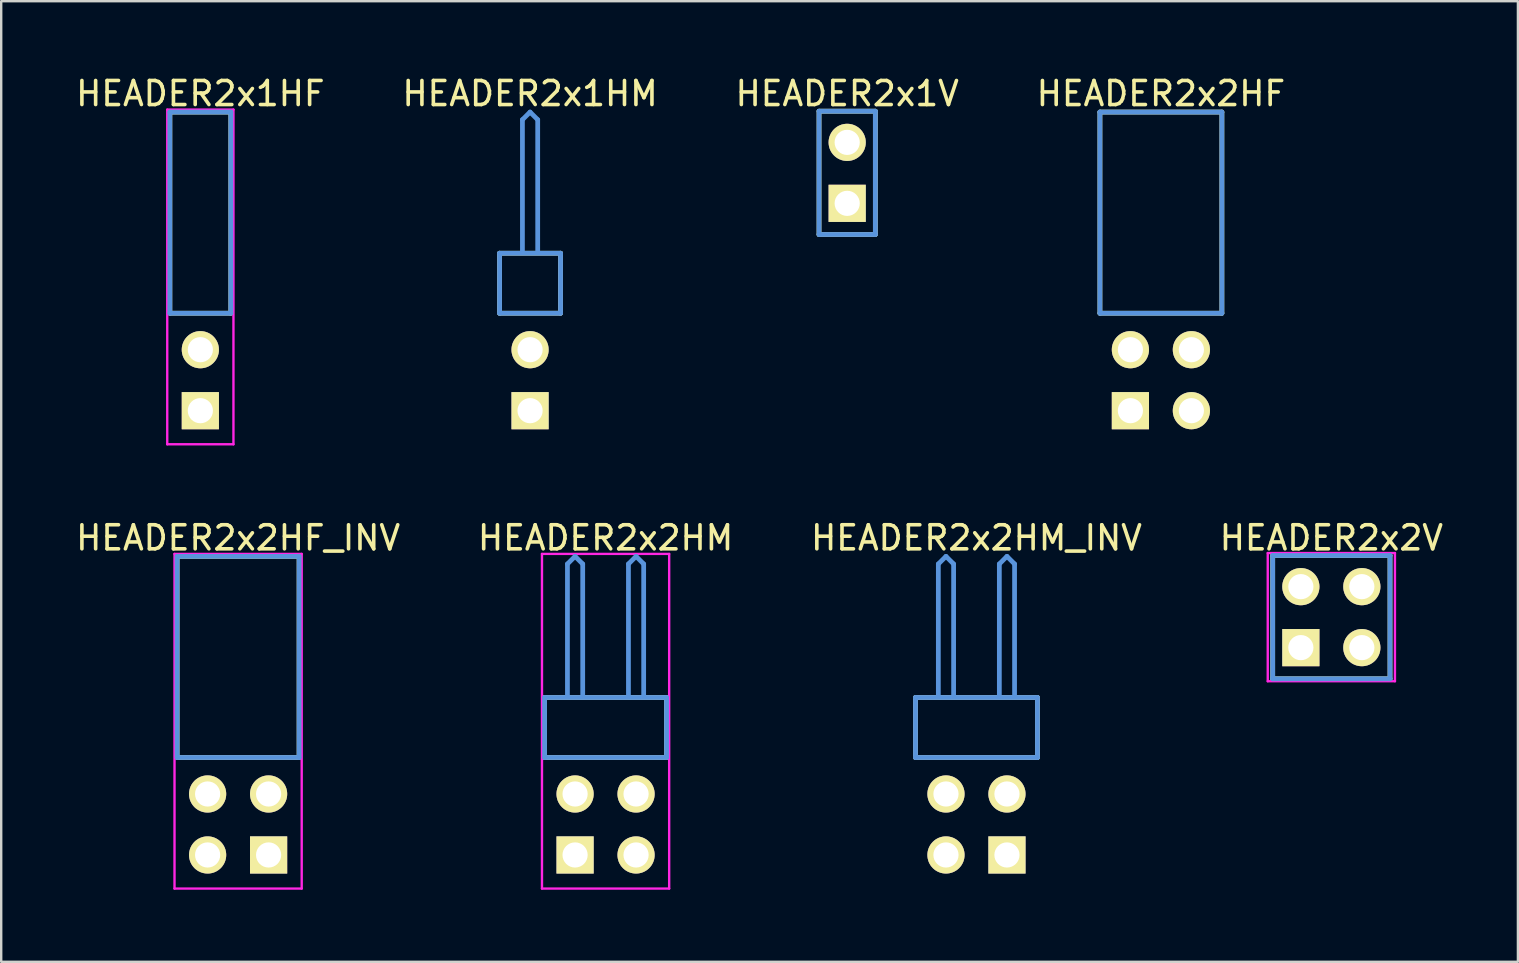
<source format=kicad_pcb>
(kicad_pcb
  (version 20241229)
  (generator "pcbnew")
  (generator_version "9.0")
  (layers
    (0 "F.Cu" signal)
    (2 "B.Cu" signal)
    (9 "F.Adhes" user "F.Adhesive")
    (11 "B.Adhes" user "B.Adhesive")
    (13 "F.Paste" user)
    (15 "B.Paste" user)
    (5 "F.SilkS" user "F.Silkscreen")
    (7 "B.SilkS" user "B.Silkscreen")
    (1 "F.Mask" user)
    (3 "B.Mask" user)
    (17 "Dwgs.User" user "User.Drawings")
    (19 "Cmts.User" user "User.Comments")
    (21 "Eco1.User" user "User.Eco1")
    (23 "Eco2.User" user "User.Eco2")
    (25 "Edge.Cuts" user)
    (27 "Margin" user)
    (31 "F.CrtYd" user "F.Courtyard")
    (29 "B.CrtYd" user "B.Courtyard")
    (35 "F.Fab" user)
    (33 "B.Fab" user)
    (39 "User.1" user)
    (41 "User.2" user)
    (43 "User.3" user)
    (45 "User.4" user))
  (footprint "HEADER2x2HF"
    (layer "F.Cu")
    (at 44.035 14.056)
    (property "Reference" "HEADER2x2HF" (at 1.27 -13.208 0) (layer "F.SilkS") (effects (font (size 1.001 1.001) (thickness 0.15))))
    (attr through_hole)
    (fp_line (start -1.27 -12.438) (end -1.27 -4.059) (stroke (width 0.198) (type solid)) (layer "F.SilkS"))
    (fp_line (start -1.27 -4.059) (end 3.81 -4.059) (stroke (width 0.198) (type solid)) (layer "F.SilkS"))
    (fp_line (start 3.81 -12.438) (end -1.27 -12.438) (stroke (width 0.198) (type solid)) (layer "F.SilkS"))
    (fp_line (start 3.81 -4.059) (end 3.81 -12.438) (stroke (width 0.198) (type solid)) (layer "F.SilkS"))
    (fp_line (start -1.27 -12.438) (end -1.27 -4.059) (stroke (width 0.198) (type solid)) (layer "Cmts.User"))
    (fp_line (start -1.27 -4.059) (end 3.81 -4.059) (stroke (width 0.198) (type solid)) (layer "Cmts.User"))
    (fp_line (start 3.81 -12.438) (end -1.27 -12.438) (stroke (width 0.198) (type solid)) (layer "Cmts.User"))
    (fp_line (start 3.81 -4.059) (end 3.81 -12.438) (stroke (width 0.198) (type solid)) (layer "Cmts.User"))
    (fp_line (start -1.379 -12.54) (end 3.919 -12.54) (stroke (width 0.099) (type solid)) (layer "Eco1.User"))
    (fp_line (start -1.379 1.4) (end -1.379 -12.54) (stroke (width 0.099) (type solid)) (layer "Eco1.User"))
    (fp_line (start 3.919 -12.54) (end 3.919 1.4) (stroke (width 0.099) (type solid)) (layer "Eco1.User"))
    (fp_line (start 3.919 1.4) (end -1.379 1.4) (stroke (width 0.099) (type solid)) (layer "Eco1.User"))
    (pad "1" thru_hole rect (at 0 0) (size 1.549 1.549) (drill 1.049) (layers "*.Cu" "*.Mask" "F.SilkS"))
    (pad "2" thru_hole circle (at 0 -2.54) (size 1.549 1.549) (drill 1.049) (layers "*.Cu" "*.Mask" "F.SilkS"))
    (pad "3" thru_hole circle (at 2.54 0) (size 1.549 1.549) (drill 1.049) (layers "*.Cu" "*.Mask" "F.SilkS"))
    (pad "4" thru_hole circle (at 2.54 -2.54) (size 1.549 1.549) (drill 1.049) (layers "*.Cu" "*.Mask" "F.SilkS")))
  (footprint "HEADER2x2HF_INV"
    (layer "F.Cu")
    (at 5.598 32.562)
    (property "Reference" "HEADER2x2HF_INV" (at 1.27 -13.208 0) (layer "F.SilkS") (effects (font (size 1.001 1.001) (thickness 0.15))))
    (attr through_hole)
    (fp_line (start -1.27 -12.438) (end -1.27 -4.059) (stroke (width 0.198) (type solid)) (layer "F.SilkS"))
    (fp_line (start -1.27 -4.059) (end 3.81 -4.059) (stroke (width 0.198) (type solid)) (layer "F.SilkS"))
    (fp_line (start 3.81 -12.438) (end -1.27 -12.438) (stroke (width 0.198) (type solid)) (layer "F.SilkS"))
    (fp_line (start 3.81 -4.059) (end 3.81 -12.438) (stroke (width 0.198) (type solid)) (layer "F.SilkS"))
    (fp_line (start -1.27 -12.438) (end -1.27 -4.059) (stroke (width 0.198) (type solid)) (layer "Cmts.User"))
    (fp_line (start -1.27 -4.059) (end 3.81 -4.059) (stroke (width 0.198) (type solid)) (layer "Cmts.User"))
    (fp_line (start 3.81 -12.438) (end -1.27 -12.438) (stroke (width 0.198) (type solid)) (layer "Cmts.User"))
    (fp_line (start 3.81 -4.059) (end 3.81 -12.438) (stroke (width 0.198) (type solid)) (layer "Cmts.User"))
    (fp_line (start -1.379 -12.54) (end 3.919 -12.54) (stroke (width 0.099) (type solid)) (layer "F.CrtYd"))
    (fp_line (start -1.379 1.4) (end -1.379 -12.54) (stroke (width 0.099) (type solid)) (layer "F.CrtYd"))
    (fp_line (start 3.919 -12.54) (end 3.919 1.4) (stroke (width 0.099) (type solid)) (layer "F.CrtYd"))
    (fp_line (start 3.919 1.4) (end -1.379 1.4) (stroke (width 0.099) (type solid)) (layer "F.CrtYd"))
    (pad "1" thru_hole rect (at 2.54 0) (size 1.549 1.549) (drill 1.049) (layers "*.Cu" "*.Mask" "F.SilkS"))
    (pad "2" thru_hole circle (at 2.54 -2.54) (size 1.549 1.549) (drill 1.049) (layers "*.Cu" "*.Mask" "F.SilkS"))
    (pad "3" thru_hole circle (at 0 0) (size 1.549 1.549) (drill 1.049) (layers "*.Cu" "*.Mask" "F.SilkS"))
    (pad "4" thru_hole circle (at 0 -2.54) (size 1.549 1.549) (drill 1.049) (layers "*.Cu" "*.Mask" "F.SilkS")))
  (footprint "HEADER2x1HF"
    (layer "F.Cu")
    (at 5.295 14.056)
    (property "Reference" "HEADER2x1HF" (at 0 -13.208 0) (layer "F.SilkS") (effects (font (size 1.001 1.001) (thickness 0.15))))
    (attr through_hole)
    (fp_line (start -1.27 -12.438) (end -1.27 -4.059) (stroke (width 0.198) (type solid)) (layer "F.SilkS"))
    (fp_line (start -1.27 -4.059) (end 1.27 -4.059) (stroke (width 0.198) (type solid)) (layer "F.SilkS"))
    (fp_line (start 1.27 -12.438) (end -1.27 -12.438) (stroke (width 0.198) (type solid)) (layer "F.SilkS"))
    (fp_line (start 1.27 -4.059) (end 1.27 -12.438) (stroke (width 0.198) (type solid)) (layer "F.SilkS"))
    (fp_line (start -1.27 -12.438) (end -1.27 -4.059) (stroke (width 0.198) (type solid)) (layer "Cmts.User"))
    (fp_line (start -1.27 -4.059) (end 1.27 -4.059) (stroke (width 0.198) (type solid)) (layer "Cmts.User"))
    (fp_line (start 1.27 -12.438) (end -1.27 -12.438) (stroke (width 0.198) (type solid)) (layer "Cmts.User"))
    (fp_line (start 1.27 -4.059) (end 1.27 -12.438) (stroke (width 0.198) (type solid)) (layer "Cmts.User"))
    (fp_line (start -1.379 -12.54) (end 1.379 -12.54) (stroke (width 0.099) (type solid)) (layer "F.CrtYd"))
    (fp_line (start -1.379 1.4) (end -1.379 -12.54) (stroke (width 0.099) (type solid)) (layer "F.CrtYd"))
    (fp_line (start 1.379 -12.54) (end 1.379 1.4) (stroke (width 0.099) (type solid)) (layer "F.CrtYd"))
    (fp_line (start 1.379 1.4) (end -1.379 1.4) (stroke (width 0.099) (type solid)) (layer "F.CrtYd"))
    (pad "1" thru_hole rect (at 0 0) (size 1.549 1.549) (drill 1.049) (layers "*.Cu" "*.Mask" "F.SilkS"))
    (pad "2" thru_hole circle (at 0 -2.54) (size 1.549 1.549) (drill 1.049) (layers "*.Cu" "*.Mask" "F.SilkS")))
  (footprint "HEADER2x2HM_INV"
    (layer "F.Cu")
    (at 36.353 32.562)
    (property "Reference" "HEADER2x2HM_INV" (at 1.27 -13.208 0) (layer "F.SilkS") (effects (font (size 1.001 1.001) (thickness 0.15))))
    (attr through_hole)
    (fp_line (start -1.27 -6.558) (end -1.27 -4.059) (stroke (width 0.198) (type solid)) (layer "F.SilkS"))
    (fp_line (start -1.27 -4.059) (end 3.81 -4.059) (stroke (width 0.198) (type solid)) (layer "F.SilkS"))
    (fp_line (start 3.81 -6.558) (end -1.27 -6.558) (stroke (width 0.198) (type solid)) (layer "F.SilkS"))
    (fp_line (start 3.81 -4.059) (end 3.81 -6.558) (stroke (width 0.198) (type solid)) (layer "F.SilkS"))
    (fp_line (start -1.27 -6.558) (end -1.27 -4.059) (stroke (width 0.198) (type solid)) (layer "Cmts.User"))
    (fp_line (start -1.27 -4.059) (end 3.81 -4.059) (stroke (width 0.198) (type solid)) (layer "Cmts.User"))
    (fp_line (start -0.318 -12.121) (end 0 -12.438) (stroke (width 0.198) (type solid)) (layer "Cmts.User"))
    (fp_line (start -0.318 -6.599) (end -0.318 -12.121) (stroke (width 0.198) (type solid)) (layer "Cmts.User"))
    (fp_line (start 0.318 -12.121) (end 0 -12.438) (stroke (width 0.198) (type solid)) (layer "Cmts.User"))
    (fp_line (start 0.318 -6.599) (end 0.318 -12.121) (stroke (width 0.198) (type solid)) (layer "Cmts.User"))
    (fp_line (start 2.223 -12.121) (end 2.54 -12.438) (stroke (width 0.198) (type solid)) (layer "Cmts.User"))
    (fp_line (start 2.223 -6.599) (end 2.223 -12.121) (stroke (width 0.198) (type solid)) (layer "Cmts.User"))
    (fp_line (start 2.857 -12.121) (end 2.54 -12.438) (stroke (width 0.198) (type solid)) (layer "Cmts.User"))
    (fp_line (start 2.857 -6.599) (end 2.857 -12.121) (stroke (width 0.198) (type solid)) (layer "Cmts.User"))
    (fp_line (start 3.81 -6.558) (end -1.27 -6.558) (stroke (width 0.198) (type solid)) (layer "Cmts.User"))
    (fp_line (start 3.81 -4.059) (end 3.81 -6.558) (stroke (width 0.198) (type solid)) (layer "Cmts.User"))
    (fp_line (start -1.379 -12.54) (end 3.919 -12.54) (stroke (width 0.099) (type solid)) (layer "Eco1.User"))
    (fp_line (start -1.379 1.4) (end -1.379 -12.54) (stroke (width 0.099) (type solid)) (layer "Eco1.User"))
    (fp_line (start 3.919 -12.54) (end 3.919 1.4) (stroke (width 0.099) (type solid)) (layer "Eco1.User"))
    (fp_line (start 3.919 1.4) (end -1.379 1.4) (stroke (width 0.099) (type solid)) (layer "Eco1.User"))
    (pad "1" thru_hole rect (at 2.54 0) (size 1.549 1.549) (drill 1.049) (layers "*.Cu" "*.Mask" "F.SilkS"))
    (pad "2" thru_hole circle (at 2.54 -2.54) (size 1.549 1.549) (drill 1.049) (layers "*.Cu" "*.Mask" "F.SilkS"))
    (pad "3" thru_hole circle (at 0 0) (size 1.549 1.549) (drill 1.049) (layers "*.Cu" "*.Mask" "F.SilkS"))
    (pad "4" thru_hole circle (at 0 -2.54) (size 1.549 1.549) (drill 1.049) (layers "*.Cu" "*.Mask" "F.SilkS")))
  (footprint "HEADER2x2HM"
    (layer "F.Cu")
    (at 20.904 32.562)
    (property "Reference" "HEADER2x2HM" (at 1.27 -13.208 0) (layer "F.SilkS") (effects (font (size 1.001 1.001) (thickness 0.15))))
    (attr through_hole)
    (fp_line (start -1.27 -6.558) (end -1.27 -4.059) (stroke (width 0.198) (type solid)) (layer "F.SilkS"))
    (fp_line (start -1.27 -4.059) (end 3.81 -4.059) (stroke (width 0.198) (type solid)) (layer "F.SilkS"))
    (fp_line (start 3.81 -6.558) (end -1.27 -6.558) (stroke (width 0.198) (type solid)) (layer "F.SilkS"))
    (fp_line (start 3.81 -4.059) (end 3.81 -6.558) (stroke (width 0.198) (type solid)) (layer "F.SilkS"))
    (fp_line (start -1.27 -6.558) (end -1.27 -4.059) (stroke (width 0.198) (type solid)) (layer "Cmts.User"))
    (fp_line (start -1.27 -4.059) (end 3.81 -4.059) (stroke (width 0.198) (type solid)) (layer "Cmts.User"))
    (fp_line (start -0.318 -12.121) (end 0 -12.438) (stroke (width 0.198) (type solid)) (layer "Cmts.User"))
    (fp_line (start -0.318 -6.599) (end -0.318 -12.121) (stroke (width 0.198) (type solid)) (layer "Cmts.User"))
    (fp_line (start 0.318 -12.121) (end 0 -12.438) (stroke (width 0.198) (type solid)) (layer "Cmts.User"))
    (fp_line (start 0.318 -6.599) (end 0.318 -12.121) (stroke (width 0.198) (type solid)) (layer "Cmts.User"))
    (fp_line (start 2.223 -12.121) (end 2.54 -12.438) (stroke (width 0.198) (type solid)) (layer "Cmts.User"))
    (fp_line (start 2.223 -6.599) (end 2.223 -12.121) (stroke (width 0.198) (type solid)) (layer "Cmts.User"))
    (fp_line (start 2.857 -12.121) (end 2.54 -12.438) (stroke (width 0.198) (type solid)) (layer "Cmts.User"))
    (fp_line (start 2.857 -6.599) (end 2.857 -12.121) (stroke (width 0.198) (type solid)) (layer "Cmts.User"))
    (fp_line (start 3.81 -6.558) (end -1.27 -6.558) (stroke (width 0.198) (type solid)) (layer "Cmts.User"))
    (fp_line (start 3.81 -4.059) (end 3.81 -6.558) (stroke (width 0.198) (type solid)) (layer "Cmts.User"))
    (fp_line (start -1.379 -12.54) (end 3.919 -12.54) (stroke (width 0.099) (type solid)) (layer "F.CrtYd"))
    (fp_line (start -1.379 1.4) (end -1.379 -12.54) (stroke (width 0.099) (type solid)) (layer "F.CrtYd"))
    (fp_line (start 3.919 -12.54) (end 3.919 1.4) (stroke (width 0.099) (type solid)) (layer "F.CrtYd"))
    (fp_line (start 3.919 1.4) (end -1.379 1.4) (stroke (width 0.099) (type solid)) (layer "F.CrtYd"))
    (pad "1" thru_hole rect (at 0 0) (size 1.549 1.549) (drill 1.049) (layers "*.Cu" "*.Mask" "F.SilkS"))
    (pad "2" thru_hole circle (at 0 -2.54) (size 1.549 1.549) (drill 1.049) (layers "*.Cu" "*.Mask" "F.SilkS"))
    (pad "3" thru_hole circle (at 2.54 0) (size 1.549 1.549) (drill 1.049) (layers "*.Cu" "*.Mask" "F.SilkS"))
    (pad "4" thru_hole circle (at 2.54 -2.54) (size 1.549 1.549) (drill 1.049) (layers "*.Cu" "*.Mask" "F.SilkS")))
  (footprint "HEADER2x1V"
    (layer "F.Cu")
    (at 32.238 5.42)
    (property "Reference" "HEADER2x1V" (at 0 -4.572 0) (layer "F.SilkS") (effects (font (size 1.001 1.001) (thickness 0.15))))
    (attr through_hole)
    (fp_line (start -1.173 -3.838) (end -1.173 1.298) (stroke (width 0.198) (type solid)) (layer "F.SilkS"))
    (fp_line (start -1.173 1.298) (end 1.173 1.298) (stroke (width 0.198) (type solid)) (layer "F.SilkS"))
    (fp_line (start 1.173 -3.838) (end -1.173 -3.838) (stroke (width 0.198) (type solid)) (layer "F.SilkS"))
    (fp_line (start 1.173 1.298) (end 1.173 -3.838) (stroke (width 0.198) (type solid)) (layer "F.SilkS"))
    (fp_line (start -1.173 -3.838) (end -1.173 1.298) (stroke (width 0.198) (type solid)) (layer "Cmts.User"))
    (fp_line (start -1.173 1.298) (end 1.173 1.298) (stroke (width 0.198) (type solid)) (layer "Cmts.User"))
    (fp_line (start 1.173 -3.838) (end -1.173 -3.838) (stroke (width 0.198) (type solid)) (layer "Cmts.User"))
    (fp_line (start 1.173 1.298) (end 1.173 -3.838) (stroke (width 0.198) (type solid)) (layer "Cmts.User"))
    (fp_line (start -1.379 -3.94) (end -1.379 1.4) (stroke (width 0.099) (type solid)) (layer "Eco1.User"))
    (fp_line (start -1.379 1.4) (end 1.379 1.4) (stroke (width 0.099) (type solid)) (layer "Eco1.User"))
    (fp_line (start 1.379 -3.94) (end -1.379 -3.94) (stroke (width 0.099) (type solid)) (layer "Eco1.User"))
    (fp_line (start 1.379 1.4) (end 1.379 -3.94) (stroke (width 0.099) (type solid)) (layer "Eco1.User"))
    (pad "1" thru_hole rect (at 0 0) (size 1.549 1.549) (drill 1.049) (layers "*.Cu" "*.Mask" "F.SilkS"))
    (pad "2" thru_hole circle (at 0 -2.54) (size 1.549 1.549) (drill 1.049) (layers "*.Cu" "*.Mask" "F.SilkS")))
  (footprint "HEADER2x2V"
    (layer "F.Cu")
    (at 51.135 23.926)
    (property "Reference" "HEADER2x2V" (at 1.27 -4.572 0) (layer "F.SilkS") (effects (font (size 1.001 1.001) (thickness 0.15))))
    (attr through_hole)
    (fp_line (start -1.173 -3.838) (end -1.173 1.298) (stroke (width 0.198) (type solid)) (layer "F.SilkS"))
    (fp_line (start -1.173 1.298) (end 3.713 1.298) (stroke (width 0.198) (type solid)) (layer "F.SilkS"))
    (fp_line (start 3.713 -3.838) (end -1.173 -3.838) (stroke (width 0.198) (type solid)) (layer "F.SilkS"))
    (fp_line (start 3.713 1.298) (end 3.713 -3.838) (stroke (width 0.198) (type solid)) (layer "F.SilkS"))
    (fp_line (start -1.173 -3.838) (end -1.173 1.298) (stroke (width 0.198) (type solid)) (layer "Cmts.User"))
    (fp_line (start -1.173 1.298) (end 3.713 1.298) (stroke (width 0.198) (type solid)) (layer "Cmts.User"))
    (fp_line (start 3.713 -3.838) (end -1.173 -3.838) (stroke (width 0.198) (type solid)) (layer "Cmts.User"))
    (fp_line (start 3.713 1.298) (end 3.713 -3.838) (stroke (width 0.198) (type solid)) (layer "Cmts.User"))
    (fp_line (start -1.379 -3.94) (end -1.379 1.4) (stroke (width 0.099) (type solid)) (layer "F.CrtYd"))
    (fp_line (start -1.379 1.4) (end 3.919 1.4) (stroke (width 0.099) (type solid)) (layer "F.CrtYd"))
    (fp_line (start 3.919 -3.94) (end -1.379 -3.94) (stroke (width 0.099) (type solid)) (layer "F.CrtYd"))
    (fp_line (start 3.919 1.4) (end 3.919 -3.94) (stroke (width 0.099) (type solid)) (layer "F.CrtYd"))
    (pad "1" thru_hole rect (at 0 0) (size 1.549 1.549) (drill 1.049) (layers "*.Cu" "*.Mask" "F.SilkS"))
    (pad "2" thru_hole circle (at 0 -2.54) (size 1.549 1.549) (drill 1.049) (layers "*.Cu" "*.Mask" "F.SilkS"))
    (pad "3" thru_hole circle (at 2.54 0) (size 1.549 1.549) (drill 1.049) (layers "*.Cu" "*.Mask" "F.SilkS"))
    (pad "4" thru_hole circle (at 2.54 -2.54) (size 1.549 1.549) (drill 1.049) (layers "*.Cu" "*.Mask" "F.SilkS")))
  (footprint "HEADER2x1HM"
    (layer "F.Cu")
    (at 19.029 14.056)
    (property "Reference" "HEADER2x1HM" (at 0 -13.208 0) (layer "F.SilkS") (effects (font (size 1.001 1.001) (thickness 0.15))))
    (attr through_hole)
    (fp_line (start -1.27 -6.558) (end -1.27 -4.059) (stroke (width 0.198) (type solid)) (layer "F.SilkS"))
    (fp_line (start -1.27 -4.059) (end 1.27 -4.059) (stroke (width 0.198) (type solid)) (layer "F.SilkS"))
    (fp_line (start 1.27 -6.558) (end -1.27 -6.558) (stroke (width 0.198) (type solid)) (layer "F.SilkS"))
    (fp_line (start 1.27 -4.059) (end 1.27 -6.558) (stroke (width 0.198) (type solid)) (layer "F.SilkS"))
    (fp_line (start -1.27 -6.558) (end -1.27 -4.059) (stroke (width 0.198) (type solid)) (layer "Cmts.User"))
    (fp_line (start -1.27 -4.059) (end 1.27 -4.059) (stroke (width 0.198) (type solid)) (layer "Cmts.User"))
    (fp_line (start -0.318 -12.121) (end 0 -12.438) (stroke (width 0.198) (type solid)) (layer "Cmts.User"))
    (fp_line (start -0.318 -6.599) (end -0.318 -12.121) (stroke (width 0.198) (type solid)) (layer "Cmts.User"))
    (fp_line (start 0.318 -12.121) (end 0 -12.438) (stroke (width 0.198) (type solid)) (layer "Cmts.User"))
    (fp_line (start 0.318 -6.599) (end 0.318 -12.121) (stroke (width 0.198) (type solid)) (layer "Cmts.User"))
    (fp_line (start 1.27 -6.558) (end -1.27 -6.558) (stroke (width 0.198) (type solid)) (layer "Cmts.User"))
    (fp_line (start 1.27 -4.059) (end 1.27 -6.558) (stroke (width 0.198) (type solid)) (layer "Cmts.User"))
    (fp_line (start -1.379 -12.54) (end 1.379 -12.54) (stroke (width 0.099) (type solid)) (layer "Eco1.User"))
    (fp_line (start -1.379 1.4) (end -1.379 -12.54) (stroke (width 0.099) (type solid)) (layer "Eco1.User"))
    (fp_line (start 1.379 -12.54) (end 1.379 1.4) (stroke (width 0.099) (type solid)) (layer "Eco1.User"))
    (fp_line (start 1.379 1.4) (end -1.379 1.4) (stroke (width 0.099) (type solid)) (layer "Eco1.User"))
    (pad "1" thru_hole rect (at 0 0) (size 1.549 1.549) (drill 1.049) (layers "*.Cu" "*.Mask" "F.SilkS"))
    (pad "2" thru_hole circle (at 0 -2.54) (size 1.549 1.549) (drill 1.049) (layers "*.Cu" "*.Mask" "F.SilkS")))
  (gr_rect
    (start -3 -3)
    (end 60.176 37.011)
    (stroke (width 0.1) (type default))
    (fill no)
    (layer "Edge.Cuts")))
</source>
